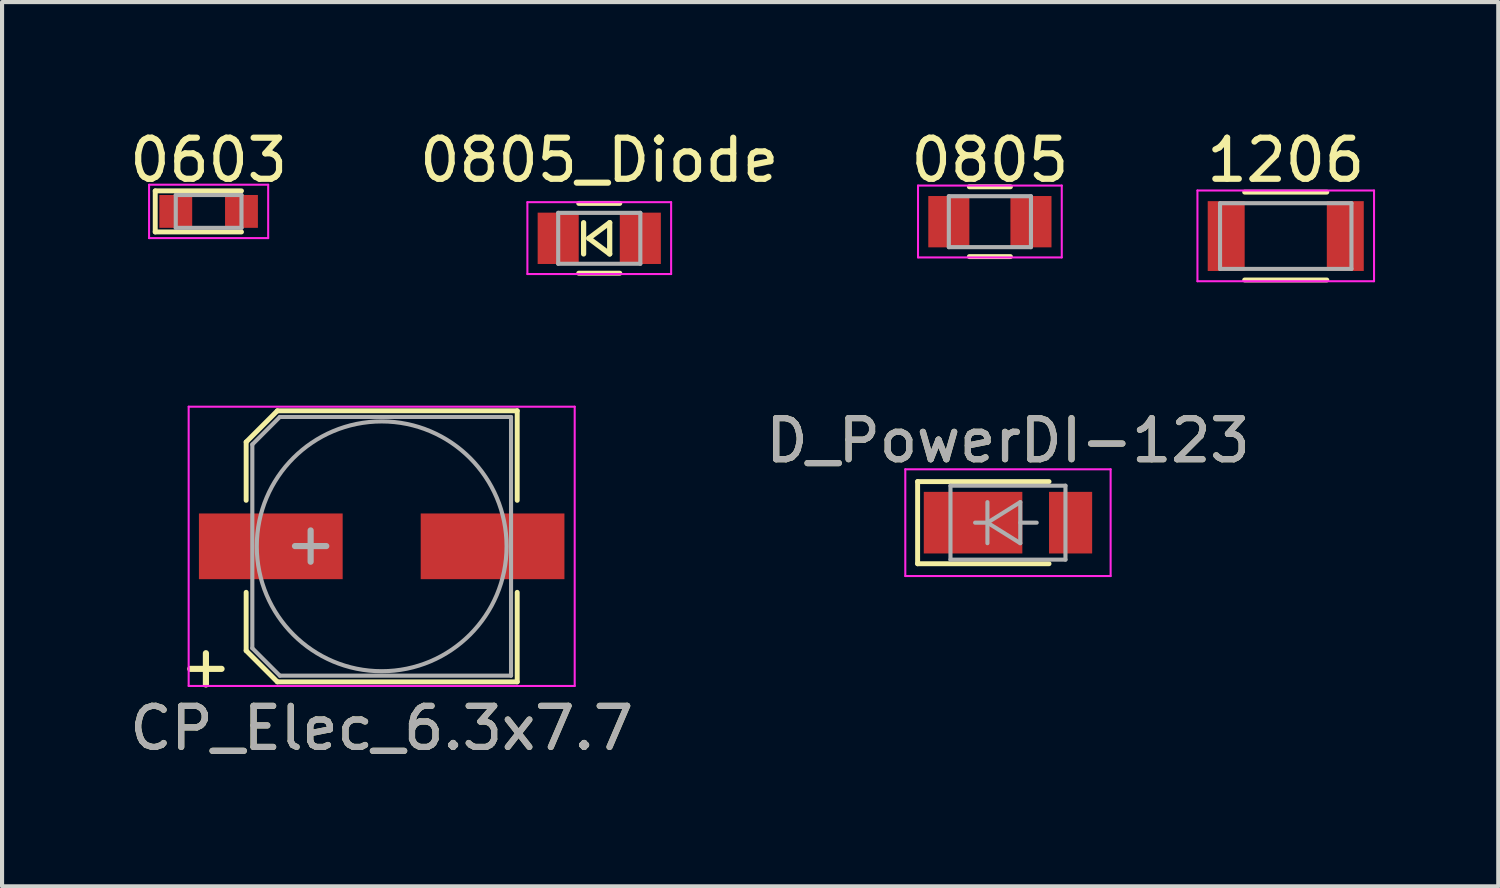
<source format=kicad_pcb>
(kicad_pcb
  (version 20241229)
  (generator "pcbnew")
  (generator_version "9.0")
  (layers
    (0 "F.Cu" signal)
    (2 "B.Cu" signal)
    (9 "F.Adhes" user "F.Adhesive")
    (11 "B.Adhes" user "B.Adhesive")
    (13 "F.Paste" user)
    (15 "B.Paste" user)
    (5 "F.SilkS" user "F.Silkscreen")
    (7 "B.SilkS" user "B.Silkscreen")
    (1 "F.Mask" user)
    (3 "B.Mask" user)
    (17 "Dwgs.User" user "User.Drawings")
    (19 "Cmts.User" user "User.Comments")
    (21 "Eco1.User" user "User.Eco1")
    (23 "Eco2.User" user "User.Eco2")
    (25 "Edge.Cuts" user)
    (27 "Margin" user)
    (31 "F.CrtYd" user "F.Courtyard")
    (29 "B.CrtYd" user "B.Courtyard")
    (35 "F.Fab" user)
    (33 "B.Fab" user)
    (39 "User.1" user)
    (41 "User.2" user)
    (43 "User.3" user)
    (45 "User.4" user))
  (footprint "0805"
    (layer "F.Cu")
    (at 21.054 2.348)
    (property "Reference" "0805" (at 0 -1.5 0) (layer "F.SilkS") (effects (font (size 1 1) (thickness 0.15))))
    (attr smd)
    (fp_line (start -0.5 0.85) (end 0.5 0.85) (stroke (width 0.12) (type solid)) (layer "F.SilkS"))
    (fp_line (start 0.5 -0.85) (end -0.5 -0.85) (stroke (width 0.12) (type solid)) (layer "F.SilkS"))
    (fp_line (start -1.75 -0.88) (end -1.75 0.87) (stroke (width 0.05) (type solid)) (layer "F.CrtYd"))
    (fp_line (start -1.75 -0.88) (end 1.75 -0.88) (stroke (width 0.05) (type solid)) (layer "F.CrtYd"))
    (fp_line (start 1.75 0.87) (end -1.75 0.87) (stroke (width 0.05) (type solid)) (layer "F.CrtYd"))
    (fp_line (start 1.75 0.87) (end 1.75 -0.88) (stroke (width 0.05) (type solid)) (layer "F.CrtYd"))
    (fp_line (start -1 -0.62) (end 1 -0.62) (stroke (width 0.1) (type solid)) (layer "F.Fab"))
    (fp_line (start -1 0.62) (end -1 -0.62) (stroke (width 0.1) (type solid)) (layer "F.Fab"))
    (fp_line (start 1 -0.62) (end 1 0.62) (stroke (width 0.1) (type solid)) (layer "F.Fab"))
    (fp_line (start 1 0.62) (end -1 0.62) (stroke (width 0.1) (type solid)) (layer "F.Fab"))
    (pad "1" smd rect (at -1 0) (size 1 1.25) (layers "F.Cu" "F.Mask" "F.Paste"))
    (pad "2" smd rect (at 1 0) (size 1 1.25) (layers "F.Cu" "F.Mask" "F.Paste")))
  (footprint "D_PowerDI-123"
    (layer "F.Cu")
    (at 21.494 9.677)
    (property "Reference" "D_PowerDI-123" (at 0 -2 0) (layer "F.SilkS") (effects (font (size 1 1) (thickness 0.15))))
    (attr smd)
    (fp_line (start -2.2 1) (end -2.2 -1) (stroke (width 0.12) (type solid)) (layer "F.SilkS"))
    (fp_line (start -2.2 1) (end 1 1) (stroke (width 0.12) (type solid)) (layer "F.SilkS"))
    (fp_line (start 1 -1) (end -2.2 -1) (stroke (width 0.12) (type solid)) (layer "F.SilkS"))
    (fp_line (start -2.5 -1.3) (end 2.5 -1.3) (stroke (width 0.05) (type solid)) (layer "F.CrtYd"))
    (fp_line (start -2.5 1.3) (end -2.5 -1.3) (stroke (width 0.05) (type solid)) (layer "F.CrtYd"))
    (fp_line (start 2.5 -1.3) (end 2.5 1.3) (stroke (width 0.05) (type solid)) (layer "F.CrtYd"))
    (fp_line (start 2.5 1.3) (end -2.5 1.3) (stroke (width 0.05) (type solid)) (layer "F.CrtYd"))
    (fp_line (start -1.4 -0.9) (end 1.4 -0.9) (stroke (width 0.1) (type solid)) (layer "F.Fab"))
    (fp_line (start -1.4 0.9) (end -1.4 -0.9) (stroke (width 0.1) (type solid)) (layer "F.Fab"))
    (fp_line (start -0.8 0) (end -0.5 0) (stroke (width 0.1) (type solid)) (layer "F.Fab"))
    (fp_line (start -0.5 0) (end -0.5 -0.5) (stroke (width 0.1) (type solid)) (layer "F.Fab"))
    (fp_line (start -0.5 0) (end -0.5 0.5) (stroke (width 0.1) (type solid)) (layer "F.Fab"))
    (fp_line (start -0.5 0) (end 0.3 0.5) (stroke (width 0.1) (type solid)) (layer "F.Fab"))
    (fp_line (start 0.3 -0.5) (end -0.5 0) (stroke (width 0.1) (type solid)) (layer "F.Fab"))
    (fp_line (start 0.3 0) (end 0.7 0) (stroke (width 0.1) (type solid)) (layer "F.Fab"))
    (fp_line (start 0.3 0.5) (end 0.3 -0.5) (stroke (width 0.1) (type solid)) (layer "F.Fab"))
    (fp_line (start 1.4 -0.9) (end 1.4 0.9) (stroke (width 0.1) (type solid)) (layer "F.Fab"))
    (fp_line (start 1.4 0.9) (end -1.4 0.9) (stroke (width 0.1) (type solid)) (layer "F.Fab"))
    (fp_text user "${REFERENCE}" (at 0 -2 0) (layer "F.Fab") (effects (font (size 1 1) (thickness 0.15))))
    (pad "1" smd rect (at -0.85 0 180) (size 2.4 1.5) (layers "F.Cu" "F.Mask" "F.Paste"))
    (pad "2" smd rect (at 1.525 0 180) (size 1.05 1.5) (layers "F.Cu" "F.Mask" "F.Paste")))
  (footprint "CP_Elec_6.3x7.7"
    (layer "F.Cu")
    (at 6.244 10.253)
    (property "Reference" "CP_Elec_6.3x7.7" (at 0 4.43 0) (layer "F.SilkS") (effects (font (size 1 1) (thickness 0.15))))
    (attr smd)
    (fp_line (start -3.3 -2.54) (end -3.3 -1.12) (stroke (width 0.12) (type solid)) (layer "F.SilkS"))
    (fp_line (start -3.3 -2.54) (end -2.54 -3.3) (stroke (width 0.12) (type solid)) (layer "F.SilkS"))
    (fp_line (start -3.3 2.54) (end -3.3 1.12) (stroke (width 0.12) (type solid)) (layer "F.SilkS"))
    (fp_line (start -2.54 -3.3) (end 3.3 -3.3) (stroke (width 0.12) (type solid)) (layer "F.SilkS"))
    (fp_line (start -2.54 3.3) (end -3.3 2.54) (stroke (width 0.12) (type solid)) (layer "F.SilkS"))
    (fp_line (start 3.3 -3.3) (end 3.3 -1.12) (stroke (width 0.12) (type solid)) (layer "F.SilkS"))
    (fp_line (start 3.3 3.3) (end -2.54 3.3) (stroke (width 0.12) (type solid)) (layer "F.SilkS"))
    (fp_line (start 3.3 3.3) (end 3.3 1.12) (stroke (width 0.12) (type solid)) (layer "F.SilkS"))
    (fp_line (start -4.7 -3.4) (end -4.7 3.4) (stroke (width 0.05) (type solid)) (layer "F.CrtYd"))
    (fp_line (start -4.7 -3.4) (end 4.7 -3.4) (stroke (width 0.05) (type solid)) (layer "F.CrtYd"))
    (fp_line (start 4.7 3.4) (end -4.7 3.4) (stroke (width 0.05) (type solid)) (layer "F.CrtYd"))
    (fp_line (start 4.7 3.4) (end 4.7 -3.4) (stroke (width 0.05) (type solid)) (layer "F.CrtYd"))
    (fp_line (start -3.15 -2.48) (end -3.15 2.48) (stroke (width 0.1) (type solid)) (layer "F.Fab"))
    (fp_line (start -3.15 2.48) (end -2.48 3.15) (stroke (width 0.1) (type solid)) (layer "F.Fab"))
    (fp_line (start -2.48 -3.15) (end -3.15 -2.48) (stroke (width 0.1) (type solid)) (layer "F.Fab"))
    (fp_line (start -2.48 3.15) (end 3.15 3.15) (stroke (width 0.1) (type solid)) (layer "F.Fab"))
    (fp_line (start 3.15 -3.15) (end -2.48 -3.15) (stroke (width 0.1) (type solid)) (layer "F.Fab"))
    (fp_line (start 3.15 3.15) (end 3.15 -3.15) (stroke (width 0.1) (type solid)) (layer "F.Fab"))
    (fp_circle (center 0 0) (end 0.5 3) (stroke (width 0.1) (type solid)) (fill no) (layer "F.Fab"))
    (fp_text user "+" (at -4.28 2.91 0) (layer "F.SilkS") (effects (font (size 1 1) (thickness 0.15))))
    (fp_text user "+" (at -1.73 -0.08 0) (layer "F.Fab") (effects (font (size 1 1) (thickness 0.15))))
    (fp_text user "${REFERENCE}" (at 0 4.43 0) (layer "F.Fab") (effects (font (size 1 1) (thickness 0.15))))
    (pad "1" smd rect (at -2.7 0 180) (size 3.5 1.6) (layers "F.Cu" "F.Mask" "F.Paste"))
    (pad "2" smd rect (at 2.7 0 180) (size 3.5 1.6) (layers "F.Cu" "F.Mask" "F.Paste")))
  (footprint "0805_Diode"
    (layer "F.Cu")
    (at 11.542 2.753)
    (property "Reference" "0805_Diode" (at 0 -1.905 0) (layer "F.SilkS") (effects (font (size 1 1) (thickness 0.15))))
    (attr smd)
    (fp_line (start -0.5 0.85) (end 0.5 0.85) (stroke (width 0.12) (type solid)) (layer "F.SilkS"))
    (fp_line (start -0.381 0.381) (end -0.381 -0.381) (stroke (width 0.127) (type solid)) (layer "F.SilkS"))
    (fp_line (start -0.254 0) (end 0.254 0.381) (stroke (width 0.127) (type solid)) (layer "F.SilkS"))
    (fp_line (start 0.254 -0.381) (end -0.254 0) (stroke (width 0.127) (type solid)) (layer "F.SilkS"))
    (fp_line (start 0.254 0.381) (end 0.254 -0.381) (stroke (width 0.127) (type solid)) (layer "F.SilkS"))
    (fp_line (start 0.5 -0.85) (end -0.5 -0.85) (stroke (width 0.12) (type solid)) (layer "F.SilkS"))
    (fp_line (start -1.75 -0.88) (end -1.75 0.87) (stroke (width 0.05) (type solid)) (layer "F.CrtYd"))
    (fp_line (start -1.75 -0.88) (end 1.75 -0.88) (stroke (width 0.05) (type solid)) (layer "F.CrtYd"))
    (fp_line (start 1.75 0.87) (end -1.75 0.87) (stroke (width 0.05) (type solid)) (layer "F.CrtYd"))
    (fp_line (start 1.75 0.87) (end 1.75 -0.88) (stroke (width 0.05) (type solid)) (layer "F.CrtYd"))
    (fp_line (start -1 -0.62) (end 1 -0.62) (stroke (width 0.1) (type solid)) (layer "F.Fab"))
    (fp_line (start -1 0.62) (end -1 -0.62) (stroke (width 0.1) (type solid)) (layer "F.Fab"))
    (fp_line (start 1 -0.62) (end 1 0.62) (stroke (width 0.1) (type solid)) (layer "F.Fab"))
    (fp_line (start 1 0.62) (end -1 0.62) (stroke (width 0.1) (type solid)) (layer "F.Fab"))
    (pad "1" smd rect (at -1 0) (size 1 1.25) (layers "F.Cu" "F.Mask" "F.Paste"))
    (pad "2" smd rect (at 1 0) (size 1 1.25) (layers "F.Cu" "F.Mask" "F.Paste")))
  (footprint "0603"
    (layer "F.Cu")
    (at 2.03 2.098)
    (property "Reference" "0603" (at 0 -1.25 0) (layer "F.SilkS") (effects (font (size 1 1) (thickness 0.15))))
    (attr smd)
    (fp_line (start -1.3 -0.5) (end -1.3 0.5) (stroke (width 0.12) (type solid)) (layer "F.SilkS"))
    (fp_line (start -1.3 -0.5) (end 0.8 -0.5) (stroke (width 0.12) (type solid)) (layer "F.SilkS"))
    (fp_line (start -1.3 0.5) (end 0.8 0.5) (stroke (width 0.12) (type solid)) (layer "F.SilkS"))
    (fp_line (start -1.45 -0.65) (end 1.45 -0.65) (stroke (width 0.05) (type solid)) (layer "F.CrtYd"))
    (fp_line (start -1.45 0.65) (end -1.45 -0.65) (stroke (width 0.05) (type solid)) (layer "F.CrtYd"))
    (fp_line (start 1.45 -0.65) (end 1.45 0.65) (stroke (width 0.05) (type solid)) (layer "F.CrtYd"))
    (fp_line (start 1.45 0.65) (end -1.45 0.65) (stroke (width 0.05) (type solid)) (layer "F.CrtYd"))
    (fp_line (start -0.8 -0.4) (end 0.8 -0.4) (stroke (width 0.1) (type solid)) (layer "F.Fab"))
    (fp_line (start -0.8 0.4) (end -0.8 -0.4) (stroke (width 0.1) (type solid)) (layer "F.Fab"))
    (fp_line (start 0.8 -0.4) (end 0.8 0.4) (stroke (width 0.1) (type solid)) (layer "F.Fab"))
    (fp_line (start 0.8 0.4) (end -0.8 0.4) (stroke (width 0.1) (type solid)) (layer "F.Fab"))
    (pad "1" smd rect (at -0.8 0 180) (size 0.8 0.8) (layers "F.Cu" "F.Mask" "F.Paste"))
    (pad "2" smd rect (at 0.8 0 180) (size 0.8 0.8) (layers "F.Cu" "F.Mask" "F.Paste")))
  (footprint "1206"
    (layer "F.Cu")
    (at 28.258 2.698)
    (property "Reference" "1206" (at 0 -1.85 0) (layer "F.SilkS") (effects (font (size 1 1) (thickness 0.15))))
    (attr smd)
    (fp_line (start -1 -1.07) (end 1 -1.07) (stroke (width 0.12) (type solid)) (layer "F.SilkS"))
    (fp_line (start 1 1.07) (end -1 1.07) (stroke (width 0.12) (type solid)) (layer "F.SilkS"))
    (fp_line (start -2.15 -1.11) (end -2.15 1.1) (stroke (width 0.05) (type solid)) (layer "F.CrtYd"))
    (fp_line (start -2.15 -1.11) (end 2.15 -1.11) (stroke (width 0.05) (type solid)) (layer "F.CrtYd"))
    (fp_line (start 2.15 1.1) (end -2.15 1.1) (stroke (width 0.05) (type solid)) (layer "F.CrtYd"))
    (fp_line (start 2.15 1.1) (end 2.15 -1.11) (stroke (width 0.05) (type solid)) (layer "F.CrtYd"))
    (fp_line (start -1.6 -0.8) (end 1.6 -0.8) (stroke (width 0.1) (type solid)) (layer "F.Fab"))
    (fp_line (start -1.6 0.8) (end -1.6 -0.8) (stroke (width 0.1) (type solid)) (layer "F.Fab"))
    (fp_line (start 1.6 -0.8) (end 1.6 0.8) (stroke (width 0.1) (type solid)) (layer "F.Fab"))
    (fp_line (start 1.6 0.8) (end -1.6 0.8) (stroke (width 0.1) (type solid)) (layer "F.Fab"))
    (pad "1" smd rect (at -1.45 0) (size 0.9 1.7) (layers "F.Cu" "F.Mask" "F.Paste"))
    (pad "2" smd rect (at 1.45 0) (size 0.9 1.7) (layers "F.Cu" "F.Mask" "F.Paste")))
  (gr_rect
    (start -3 -3)
    (end 33.433 18.532)
    (stroke (width 0.1) (type default))
    (fill no)
    (layer "Edge.Cuts")))
</source>
